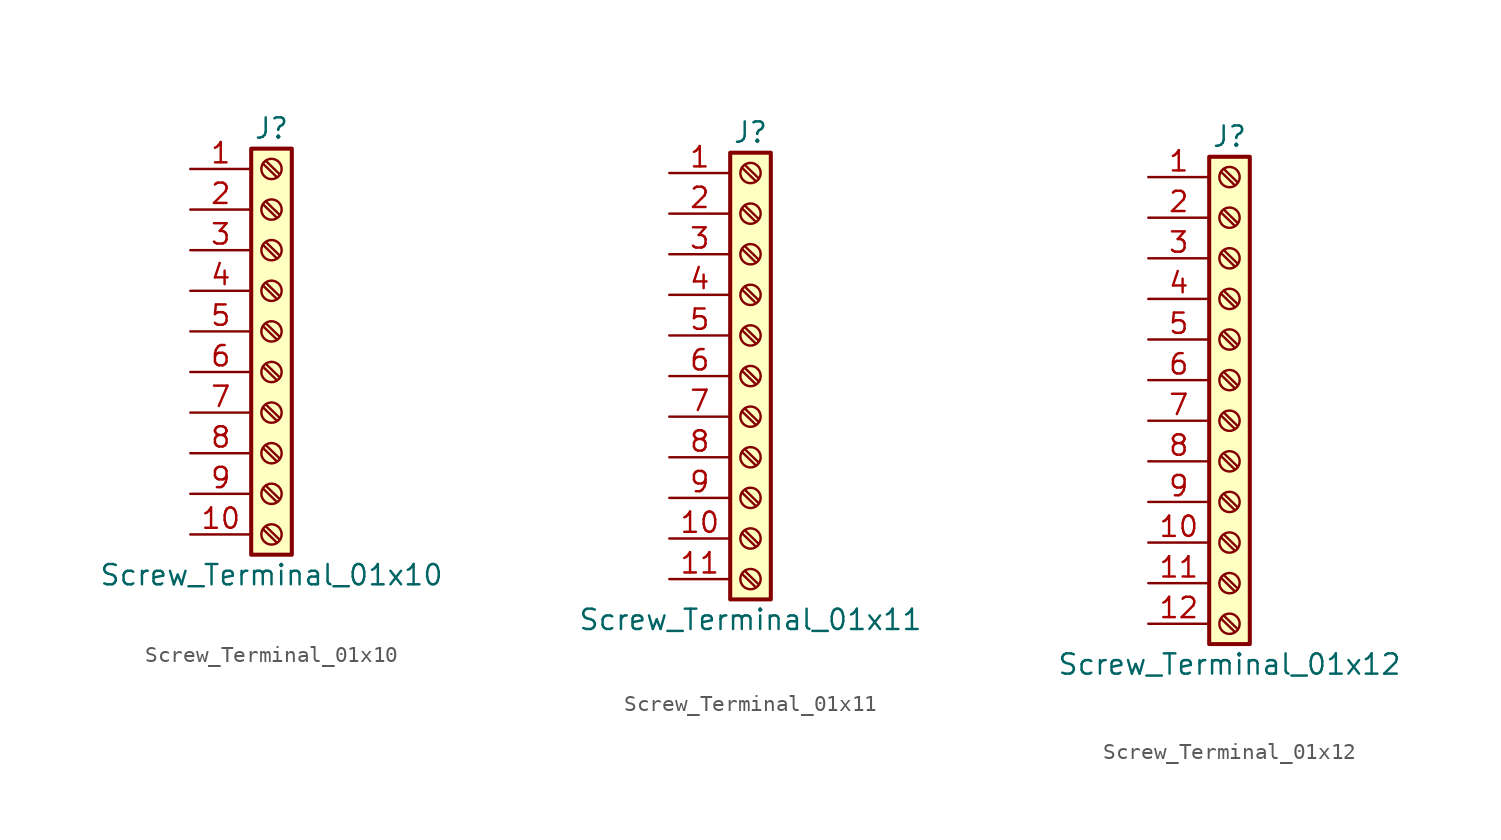
<source format=kicad_sym>
(kicad_symbol_lib
  (version 20220914)
  (generator kicad_symbol_editor)
  (symbol "Screw_Terminal_01x10"
    (pin_names
      (offset 1.016) hide)
    (property "Reference" "J"
      (at 0 12.7 0)
      (effects (font (size 1.27 1.27))))
    (property "Value" "Screw_Terminal_01x10"
      (at 0 -15.24 0)
      (effects (font (size 1.27 1.27))))
    (symbol "Screw_Terminal_01x10_1_1"
      (rectangle (start -1.27 11.43) (end 1.27 -13.97) (stroke (width 0.254) (type solid)) (fill (type background)))
      (circle (center 0 -12.7) (radius 0.635) (stroke (width 0.152) (type solid)) (fill (type none)))
      (circle (center 0 -10.16) (radius 0.635) (stroke (width 0.152) (type solid)) (fill (type none)))
      (circle (center 0 -7.62) (radius 0.635) (stroke (width 0.152) (type solid)) (fill (type none)))
      (circle (center 0 -5.08) (radius 0.635) (stroke (width 0.152) (type solid)) (fill (type none)))
      (circle (center 0 -2.54) (radius 0.635) (stroke (width 0.152) (type solid)) (fill (type none)))
      (polyline (pts (xy -0.533 -12.37) (xy 0.33 -13.208)) (stroke (width 0.152) (type solid)) (fill (type none)))
      (polyline (pts (xy -0.533 -9.83) (xy 0.33 -10.668)) (stroke (width 0.152) (type solid)) (fill (type none)))
      (polyline (pts (xy -0.533 -7.29) (xy 0.33 -8.128)) (stroke (width 0.152) (type solid)) (fill (type none)))
      (polyline (pts (xy -0.533 -4.75) (xy 0.33 -5.588)) (stroke (width 0.152) (type solid)) (fill (type none)))
      (polyline (pts (xy -0.533 -2.21) (xy 0.33 -3.048)) (stroke (width 0.152) (type solid)) (fill (type none)))
      (polyline (pts (xy -0.533 0.33) (xy 0.33 -0.508)) (stroke (width 0.152) (type solid)) (fill (type none)))
      (polyline (pts (xy -0.533 2.87) (xy 0.33 2.032)) (stroke (width 0.152) (type solid)) (fill (type none)))
      (polyline (pts (xy -0.533 5.41) (xy 0.33 4.572)) (stroke (width 0.152) (type solid)) (fill (type none)))
      (polyline (pts (xy -0.533 7.95) (xy 0.33 7.112)) (stroke (width 0.152) (type solid)) (fill (type none)))
      (polyline (pts (xy -0.533 10.49) (xy 0.33 9.652)) (stroke (width 0.152) (type solid)) (fill (type none)))
      (polyline (pts (xy -0.356 -12.192) (xy 0.508 -13.03)) (stroke (width 0.152) (type solid)) (fill (type none)))
      (polyline (pts (xy -0.356 -9.652) (xy 0.508 -10.49)) (stroke (width 0.152) (type solid)) (fill (type none)))
      (polyline (pts (xy -0.356 -7.112) (xy 0.508 -7.95)) (stroke (width 0.152) (type solid)) (fill (type none)))
      (polyline (pts (xy -0.356 -4.572) (xy 0.508 -5.41)) (stroke (width 0.152) (type solid)) (fill (type none)))
      (polyline (pts (xy -0.356 -2.032) (xy 0.508 -2.87)) (stroke (width 0.152) (type solid)) (fill (type none)))
      (polyline (pts (xy -0.356 0.508) (xy 0.508 -0.33)) (stroke (width 0.152) (type solid)) (fill (type none)))
      (polyline (pts (xy -0.356 3.048) (xy 0.508 2.21)) (stroke (width 0.152) (type solid)) (fill (type none)))
      (polyline (pts (xy -0.356 5.588) (xy 0.508 4.75)) (stroke (width 0.152) (type solid)) (fill (type none)))
      (polyline (pts (xy -0.356 8.128) (xy 0.508 7.29)) (stroke (width 0.152) (type solid)) (fill (type none)))
      (polyline (pts (xy -0.356 10.668) (xy 0.508 9.83)) (stroke (width 0.152) (type solid)) (fill (type none)))
      (circle (center 0 0) (radius 0.635) (stroke (width 0.152) (type solid)) (fill (type none)))
      (circle (center 0 2.54) (radius 0.635) (stroke (width 0.152) (type solid)) (fill (type none)))
      (circle (center 0 5.08) (radius 0.635) (stroke (width 0.152) (type solid)) (fill (type none)))
      (circle (center 0 7.62) (radius 0.635) (stroke (width 0.152) (type solid)) (fill (type none)))
      (circle (center 0 10.16) (radius 0.635) (stroke (width 0.152) (type solid)) (fill (type none)))
      (pin passive line (at -5.08 10.16 0) (length 3.81) (name "Pin_1" (effects (font (size 1.27 1.27)))) (number "1" (effects (font (size 1.27 1.27)))))
      (pin passive line (at -5.08 -12.7 0) (length 3.81) (name "Pin_10" (effects (font (size 1.27 1.27)))) (number "10" (effects (font (size 1.27 1.27)))))
      (pin passive line (at -5.08 7.62 0) (length 3.81) (name "Pin_2" (effects (font (size 1.27 1.27)))) (number "2" (effects (font (size 1.27 1.27)))))
      (pin passive line (at -5.08 5.08 0) (length 3.81) (name "Pin_3" (effects (font (size 1.27 1.27)))) (number "3" (effects (font (size 1.27 1.27)))))
      (pin passive line (at -5.08 2.54 0) (length 3.81) (name "Pin_4" (effects (font (size 1.27 1.27)))) (number "4" (effects (font (size 1.27 1.27)))))
      (pin passive line (at -5.08 0 0) (length 3.81) (name "Pin_5" (effects (font (size 1.27 1.27)))) (number "5" (effects (font (size 1.27 1.27)))))
      (pin passive line (at -5.08 -2.54 0) (length 3.81) (name "Pin_6" (effects (font (size 1.27 1.27)))) (number "6" (effects (font (size 1.27 1.27)))))
      (pin passive line (at -5.08 -5.08 0) (length 3.81) (name "Pin_7" (effects (font (size 1.27 1.27)))) (number "7" (effects (font (size 1.27 1.27)))))
      (pin passive line (at -5.08 -7.62 0) (length 3.81) (name "Pin_8" (effects (font (size 1.27 1.27)))) (number "8" (effects (font (size 1.27 1.27)))))
      (pin passive line (at -5.08 -10.16 0) (length 3.81) (name "Pin_9" (effects (font (size 1.27 1.27)))) (number "9" (effects (font (size 1.27 1.27)))))))
  (symbol "Screw_Terminal_01x11"
    (pin_names
      (offset 1.016) hide)
    (property "Reference" "J"
      (at 0 15.24 0)
      (effects (font (size 1.27 1.27))))
    (property "Value" "Screw_Terminal_01x11"
      (at 0 -15.24 0)
      (effects (font (size 1.27 1.27))))
    (symbol "Screw_Terminal_01x11_1_1"
      (rectangle (start -1.27 13.97) (end 1.27 -13.97) (stroke (width 0.254) (type solid)) (fill (type background)))
      (circle (center 0 -12.7) (radius 0.635) (stroke (width 0.152) (type solid)) (fill (type none)))
      (circle (center 0 -10.16) (radius 0.635) (stroke (width 0.152) (type solid)) (fill (type none)))
      (circle (center 0 -7.62) (radius 0.635) (stroke (width 0.152) (type solid)) (fill (type none)))
      (circle (center 0 -5.08) (radius 0.635) (stroke (width 0.152) (type solid)) (fill (type none)))
      (circle (center 0 -2.54) (radius 0.635) (stroke (width 0.152) (type solid)) (fill (type none)))
      (polyline (pts (xy -0.533 -12.37) (xy 0.33 -13.208)) (stroke (width 0.152) (type solid)) (fill (type none)))
      (polyline (pts (xy -0.533 -9.83) (xy 0.33 -10.668)) (stroke (width 0.152) (type solid)) (fill (type none)))
      (polyline (pts (xy -0.533 -7.29) (xy 0.33 -8.128)) (stroke (width 0.152) (type solid)) (fill (type none)))
      (polyline (pts (xy -0.533 -4.75) (xy 0.33 -5.588)) (stroke (width 0.152) (type solid)) (fill (type none)))
      (polyline (pts (xy -0.533 -2.21) (xy 0.33 -3.048)) (stroke (width 0.152) (type solid)) (fill (type none)))
      (polyline (pts (xy -0.533 0.33) (xy 0.33 -0.508)) (stroke (width 0.152) (type solid)) (fill (type none)))
      (polyline (pts (xy -0.533 2.87) (xy 0.33 2.032)) (stroke (width 0.152) (type solid)) (fill (type none)))
      (polyline (pts (xy -0.533 5.41) (xy 0.33 4.572)) (stroke (width 0.152) (type solid)) (fill (type none)))
      (polyline (pts (xy -0.533 7.95) (xy 0.33 7.112)) (stroke (width 0.152) (type solid)) (fill (type none)))
      (polyline (pts (xy -0.533 10.49) (xy 0.33 9.652)) (stroke (width 0.152) (type solid)) (fill (type none)))
      (polyline (pts (xy -0.533 13.03) (xy 0.33 12.192)) (stroke (width 0.152) (type solid)) (fill (type none)))
      (polyline (pts (xy -0.356 -12.192) (xy 0.508 -13.03)) (stroke (width 0.152) (type solid)) (fill (type none)))
      (polyline (pts (xy -0.356 -9.652) (xy 0.508 -10.49)) (stroke (width 0.152) (type solid)) (fill (type none)))
      (polyline (pts (xy -0.356 -7.112) (xy 0.508 -7.95)) (stroke (width 0.152) (type solid)) (fill (type none)))
      (polyline (pts (xy -0.356 -4.572) (xy 0.508 -5.41)) (stroke (width 0.152) (type solid)) (fill (type none)))
      (polyline (pts (xy -0.356 -2.032) (xy 0.508 -2.87)) (stroke (width 0.152) (type solid)) (fill (type none)))
      (polyline (pts (xy -0.356 0.508) (xy 0.508 -0.33)) (stroke (width 0.152) (type solid)) (fill (type none)))
      (polyline (pts (xy -0.356 3.048) (xy 0.508 2.21)) (stroke (width 0.152) (type solid)) (fill (type none)))
      (polyline (pts (xy -0.356 5.588) (xy 0.508 4.75)) (stroke (width 0.152) (type solid)) (fill (type none)))
      (polyline (pts (xy -0.356 8.128) (xy 0.508 7.29)) (stroke (width 0.152) (type solid)) (fill (type none)))
      (polyline (pts (xy -0.356 10.668) (xy 0.508 9.83)) (stroke (width 0.152) (type solid)) (fill (type none)))
      (polyline (pts (xy -0.356 13.208) (xy 0.508 12.37)) (stroke (width 0.152) (type solid)) (fill (type none)))
      (circle (center 0 0) (radius 0.635) (stroke (width 0.152) (type solid)) (fill (type none)))
      (circle (center 0 2.54) (radius 0.635) (stroke (width 0.152) (type solid)) (fill (type none)))
      (circle (center 0 5.08) (radius 0.635) (stroke (width 0.152) (type solid)) (fill (type none)))
      (circle (center 0 7.62) (radius 0.635) (stroke (width 0.152) (type solid)) (fill (type none)))
      (circle (center 0 10.16) (radius 0.635) (stroke (width 0.152) (type solid)) (fill (type none)))
      (circle (center 0 12.7) (radius 0.635) (stroke (width 0.152) (type solid)) (fill (type none)))
      (pin passive line (at -5.08 12.7 0) (length 3.81) (name "Pin_1" (effects (font (size 1.27 1.27)))) (number "1" (effects (font (size 1.27 1.27)))))
      (pin passive line (at -5.08 -10.16 0) (length 3.81) (name "Pin_10" (effects (font (size 1.27 1.27)))) (number "10" (effects (font (size 1.27 1.27)))))
      (pin passive line (at -5.08 -12.7 0) (length 3.81) (name "Pin_11" (effects (font (size 1.27 1.27)))) (number "11" (effects (font (size 1.27 1.27)))))
      (pin passive line (at -5.08 10.16 0) (length 3.81) (name "Pin_2" (effects (font (size 1.27 1.27)))) (number "2" (effects (font (size 1.27 1.27)))))
      (pin passive line (at -5.08 7.62 0) (length 3.81) (name "Pin_3" (effects (font (size 1.27 1.27)))) (number "3" (effects (font (size 1.27 1.27)))))
      (pin passive line (at -5.08 5.08 0) (length 3.81) (name "Pin_4" (effects (font (size 1.27 1.27)))) (number "4" (effects (font (size 1.27 1.27)))))
      (pin passive line (at -5.08 2.54 0) (length 3.81) (name "Pin_5" (effects (font (size 1.27 1.27)))) (number "5" (effects (font (size 1.27 1.27)))))
      (pin passive line (at -5.08 0 0) (length 3.81) (name "Pin_6" (effects (font (size 1.27 1.27)))) (number "6" (effects (font (size 1.27 1.27)))))
      (pin passive line (at -5.08 -2.54 0) (length 3.81) (name "Pin_7" (effects (font (size 1.27 1.27)))) (number "7" (effects (font (size 1.27 1.27)))))
      (pin passive line (at -5.08 -5.08 0) (length 3.81) (name "Pin_8" (effects (font (size 1.27 1.27)))) (number "8" (effects (font (size 1.27 1.27)))))
      (pin passive line (at -5.08 -7.62 0) (length 3.81) (name "Pin_9" (effects (font (size 1.27 1.27)))) (number "9" (effects (font (size 1.27 1.27)))))))
  (symbol "Screw_Terminal_01x12"
    (pin_names
      (offset 1.016) hide)
    (property "Reference" "J"
      (at 0 15.24 0)
      (effects (font (size 1.27 1.27))))
    (property "Value" "Screw_Terminal_01x12"
      (at 0 -17.78 0)
      (effects (font (size 1.27 1.27))))
    (symbol "Screw_Terminal_01x12_1_1"
      (rectangle (start -1.27 13.97) (end 1.27 -16.51) (stroke (width 0.254) (type solid)) (fill (type background)))
      (circle (center 0 -15.24) (radius 0.635) (stroke (width 0.152) (type solid)) (fill (type none)))
      (circle (center 0 -12.7) (radius 0.635) (stroke (width 0.152) (type solid)) (fill (type none)))
      (circle (center 0 -10.16) (radius 0.635) (stroke (width 0.152) (type solid)) (fill (type none)))
      (circle (center 0 -7.62) (radius 0.635) (stroke (width 0.152) (type solid)) (fill (type none)))
      (circle (center 0 -5.08) (radius 0.635) (stroke (width 0.152) (type solid)) (fill (type none)))
      (circle (center 0 -2.54) (radius 0.635) (stroke (width 0.152) (type solid)) (fill (type none)))
      (polyline (pts (xy -0.533 -14.91) (xy 0.33 -15.748)) (stroke (width 0.152) (type solid)) (fill (type none)))
      (polyline (pts (xy -0.533 -12.37) (xy 0.33 -13.208)) (stroke (width 0.152) (type solid)) (fill (type none)))
      (polyline (pts (xy -0.533 -9.83) (xy 0.33 -10.668)) (stroke (width 0.152) (type solid)) (fill (type none)))
      (polyline (pts (xy -0.533 -7.29) (xy 0.33 -8.128)) (stroke (width 0.152) (type solid)) (fill (type none)))
      (polyline (pts (xy -0.533 -4.75) (xy 0.33 -5.588)) (stroke (width 0.152) (type solid)) (fill (type none)))
      (polyline (pts (xy -0.533 -2.21) (xy 0.33 -3.048)) (stroke (width 0.152) (type solid)) (fill (type none)))
      (polyline (pts (xy -0.533 0.33) (xy 0.33 -0.508)) (stroke (width 0.152) (type solid)) (fill (type none)))
      (polyline (pts (xy -0.533 2.87) (xy 0.33 2.032)) (stroke (width 0.152) (type solid)) (fill (type none)))
      (polyline (pts (xy -0.533 5.41) (xy 0.33 4.572)) (stroke (width 0.152) (type solid)) (fill (type none)))
      (polyline (pts (xy -0.533 7.95) (xy 0.33 7.112)) (stroke (width 0.152) (type solid)) (fill (type none)))
      (polyline (pts (xy -0.533 10.49) (xy 0.33 9.652)) (stroke (width 0.152) (type solid)) (fill (type none)))
      (polyline (pts (xy -0.533 13.03) (xy 0.33 12.192)) (stroke (width 0.152) (type solid)) (fill (type none)))
      (polyline (pts (xy -0.356 -14.732) (xy 0.508 -15.57)) (stroke (width 0.152) (type solid)) (fill (type none)))
      (polyline (pts (xy -0.356 -12.192) (xy 0.508 -13.03)) (stroke (width 0.152) (type solid)) (fill (type none)))
      (polyline (pts (xy -0.356 -9.652) (xy 0.508 -10.49)) (stroke (width 0.152) (type solid)) (fill (type none)))
      (polyline (pts (xy -0.356 -7.112) (xy 0.508 -7.95)) (stroke (width 0.152) (type solid)) (fill (type none)))
      (polyline (pts (xy -0.356 -4.572) (xy 0.508 -5.41)) (stroke (width 0.152) (type solid)) (fill (type none)))
      (polyline (pts (xy -0.356 -2.032) (xy 0.508 -2.87)) (stroke (width 0.152) (type solid)) (fill (type none)))
      (polyline (pts (xy -0.356 0.508) (xy 0.508 -0.33)) (stroke (width 0.152) (type solid)) (fill (type none)))
      (polyline (pts (xy -0.356 3.048) (xy 0.508 2.21)) (stroke (width 0.152) (type solid)) (fill (type none)))
      (polyline (pts (xy -0.356 5.588) (xy 0.508 4.75)) (stroke (width 0.152) (type solid)) (fill (type none)))
      (polyline (pts (xy -0.356 8.128) (xy 0.508 7.29)) (stroke (width 0.152) (type solid)) (fill (type none)))
      (polyline (pts (xy -0.356 10.668) (xy 0.508 9.83)) (stroke (width 0.152) (type solid)) (fill (type none)))
      (polyline (pts (xy -0.356 13.208) (xy 0.508 12.37)) (stroke (width 0.152) (type solid)) (fill (type none)))
      (circle (center 0 0) (radius 0.635) (stroke (width 0.152) (type solid)) (fill (type none)))
      (circle (center 0 2.54) (radius 0.635) (stroke (width 0.152) (type solid)) (fill (type none)))
      (circle (center 0 5.08) (radius 0.635) (stroke (width 0.152) (type solid)) (fill (type none)))
      (circle (center 0 7.62) (radius 0.635) (stroke (width 0.152) (type solid)) (fill (type none)))
      (circle (center 0 10.16) (radius 0.635) (stroke (width 0.152) (type solid)) (fill (type none)))
      (circle (center 0 12.7) (radius 0.635) (stroke (width 0.152) (type solid)) (fill (type none)))
      (pin passive line (at -5.08 12.7 0) (length 3.81) (name "Pin_1" (effects (font (size 1.27 1.27)))) (number "1" (effects (font (size 1.27 1.27)))))
      (pin passive line (at -5.08 -10.16 0) (length 3.81) (name "Pin_10" (effects (font (size 1.27 1.27)))) (number "10" (effects (font (size 1.27 1.27)))))
      (pin passive line (at -5.08 -12.7 0) (length 3.81) (name "Pin_11" (effects (font (size 1.27 1.27)))) (number "11" (effects (font (size 1.27 1.27)))))
      (pin passive line (at -5.08 -15.24 0) (length 3.81) (name "Pin_12" (effects (font (size 1.27 1.27)))) (number "12" (effects (font (size 1.27 1.27)))))
      (pin passive line (at -5.08 10.16 0) (length 3.81) (name "Pin_2" (effects (font (size 1.27 1.27)))) (number "2" (effects (font (size 1.27 1.27)))))
      (pin passive line (at -5.08 7.62 0) (length 3.81) (name "Pin_3" (effects (font (size 1.27 1.27)))) (number "3" (effects (font (size 1.27 1.27)))))
      (pin passive line (at -5.08 5.08 0) (length 3.81) (name "Pin_4" (effects (font (size 1.27 1.27)))) (number "4" (effects (font (size 1.27 1.27)))))
      (pin passive line (at -5.08 2.54 0) (length 3.81) (name "Pin_5" (effects (font (size 1.27 1.27)))) (number "5" (effects (font (size 1.27 1.27)))))
      (pin passive line (at -5.08 0 0) (length 3.81) (name "Pin_6" (effects (font (size 1.27 1.27)))) (number "6" (effects (font (size 1.27 1.27)))))
      (pin passive line (at -5.08 -2.54 0) (length 3.81) (name "Pin_7" (effects (font (size 1.27 1.27)))) (number "7" (effects (font (size 1.27 1.27)))))
      (pin passive line (at -5.08 -5.08 0) (length 3.81) (name "Pin_8" (effects (font (size 1.27 1.27)))) (number "8" (effects (font (size 1.27 1.27)))))
      (pin passive line (at -5.08 -7.62 0) (length 3.81) (name "Pin_9" (effects (font (size 1.27 1.27)))) (number "9" (effects (font (size 1.27 1.27))))))))
</source>
